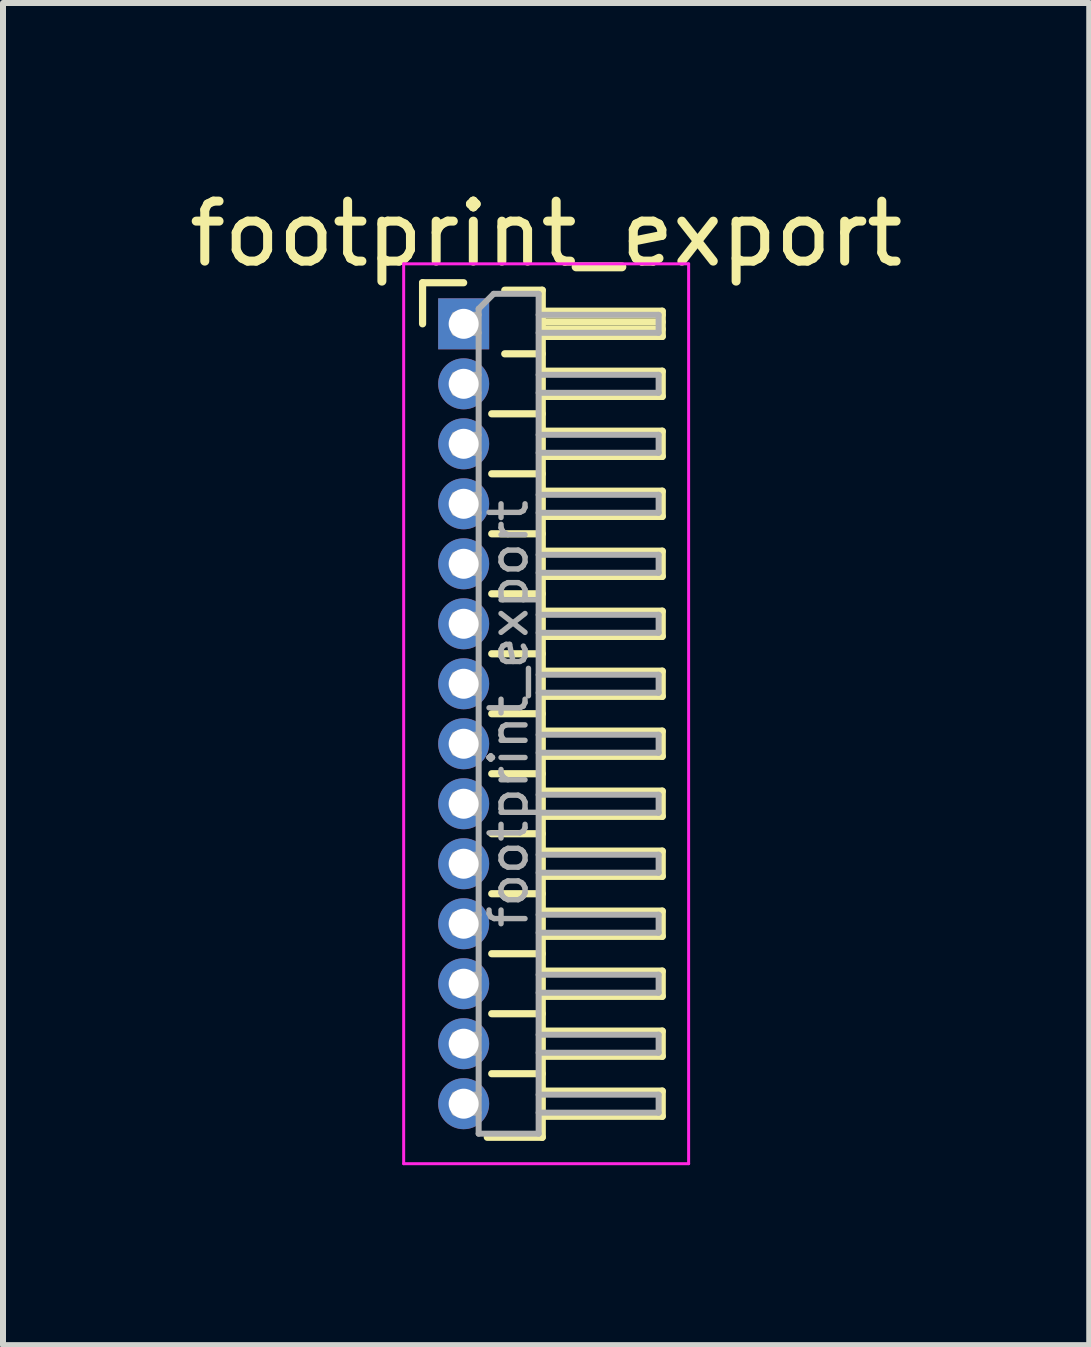
<source format=kicad_pcb>
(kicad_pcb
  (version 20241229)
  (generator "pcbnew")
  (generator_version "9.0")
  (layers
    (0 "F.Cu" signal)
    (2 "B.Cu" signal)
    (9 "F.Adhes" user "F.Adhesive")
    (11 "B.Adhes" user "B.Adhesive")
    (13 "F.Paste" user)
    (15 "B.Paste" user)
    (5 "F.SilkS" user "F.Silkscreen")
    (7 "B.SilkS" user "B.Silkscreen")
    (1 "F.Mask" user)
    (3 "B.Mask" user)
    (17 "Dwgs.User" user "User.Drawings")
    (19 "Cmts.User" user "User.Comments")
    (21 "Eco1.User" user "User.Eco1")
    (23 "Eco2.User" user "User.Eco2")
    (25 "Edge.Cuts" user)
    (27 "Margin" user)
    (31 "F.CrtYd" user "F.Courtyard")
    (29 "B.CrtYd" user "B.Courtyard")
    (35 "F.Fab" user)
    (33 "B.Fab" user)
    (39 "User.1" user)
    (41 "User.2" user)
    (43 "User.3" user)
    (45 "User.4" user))
  (footprint "footprint_export"
    (layer "F.Cu")
    (at 4.679 2.348)
    (property "Reference" "footprint_export" (at 1.375 -1.5 0) (layer "F.SilkS") (effects (font (size 1 1) (thickness 0.15))))
    (attr through_hole)
    (fp_line (start -0.685 -0.685) (end 0 -0.685) (stroke (width 0.12) (type solid)) (layer "F.SilkS"))
    (fp_line (start -0.685 0) (end -0.685 -0.685) (stroke (width 0.12) (type solid)) (layer "F.SilkS"))
    (fp_line (start 0.468 1.5) (end 1.31 1.5) (stroke (width 0.12) (type solid)) (layer "F.SilkS"))
    (fp_line (start 0.468 2.5) (end 1.31 2.5) (stroke (width 0.12) (type solid)) (layer "F.SilkS"))
    (fp_line (start 0.468 3.5) (end 1.31 3.5) (stroke (width 0.12) (type solid)) (layer "F.SilkS"))
    (fp_line (start 0.468 4.5) (end 1.31 4.5) (stroke (width 0.12) (type solid)) (layer "F.SilkS"))
    (fp_line (start 0.468 5.5) (end 1.31 5.5) (stroke (width 0.12) (type solid)) (layer "F.SilkS"))
    (fp_line (start 0.468 6.5) (end 1.31 6.5) (stroke (width 0.12) (type solid)) (layer "F.SilkS"))
    (fp_line (start 0.468 7.5) (end 1.31 7.5) (stroke (width 0.12) (type solid)) (layer "F.SilkS"))
    (fp_line (start 0.468 8.5) (end 1.31 8.5) (stroke (width 0.12) (type solid)) (layer "F.SilkS"))
    (fp_line (start 0.468 9.5) (end 1.31 9.5) (stroke (width 0.12) (type solid)) (layer "F.SilkS"))
    (fp_line (start 0.468 10.5) (end 1.31 10.5) (stroke (width 0.12) (type solid)) (layer "F.SilkS"))
    (fp_line (start 0.468 11.5) (end 1.31 11.5) (stroke (width 0.12) (type solid)) (layer "F.SilkS"))
    (fp_line (start 0.468 12.5) (end 1.31 12.5) (stroke (width 0.12) (type solid)) (layer "F.SilkS"))
    (fp_line (start 0.685 -0.56) (end 1.31 -0.56) (stroke (width 0.12) (type solid)) (layer "F.SilkS"))
    (fp_line (start 0.685 0.5) (end 1.31 0.5) (stroke (width 0.12) (type solid)) (layer "F.SilkS"))
    (fp_line (start 1.31 -0.56) (end 1.31 13.56) (stroke (width 0.12) (type solid)) (layer "F.SilkS"))
    (fp_line (start 1.31 -0.21) (end 3.31 -0.21) (stroke (width 0.12) (type solid)) (layer "F.SilkS"))
    (fp_line (start 1.31 -0.15) (end 3.31 -0.15) (stroke (width 0.12) (type solid)) (layer "F.SilkS"))
    (fp_line (start 1.31 -0.03) (end 3.31 -0.03) (stroke (width 0.12) (type solid)) (layer "F.SilkS"))
    (fp_line (start 1.31 0.09) (end 3.31 0.09) (stroke (width 0.12) (type solid)) (layer "F.SilkS"))
    (fp_line (start 1.31 0.79) (end 3.31 0.79) (stroke (width 0.12) (type solid)) (layer "F.SilkS"))
    (fp_line (start 1.31 1.79) (end 3.31 1.79) (stroke (width 0.12) (type solid)) (layer "F.SilkS"))
    (fp_line (start 1.31 2.79) (end 3.31 2.79) (stroke (width 0.12) (type solid)) (layer "F.SilkS"))
    (fp_line (start 1.31 3.79) (end 3.31 3.79) (stroke (width 0.12) (type solid)) (layer "F.SilkS"))
    (fp_line (start 1.31 4.79) (end 3.31 4.79) (stroke (width 0.12) (type solid)) (layer "F.SilkS"))
    (fp_line (start 1.31 5.79) (end 3.31 5.79) (stroke (width 0.12) (type solid)) (layer "F.SilkS"))
    (fp_line (start 1.31 6.79) (end 3.31 6.79) (stroke (width 0.12) (type solid)) (layer "F.SilkS"))
    (fp_line (start 1.31 7.79) (end 3.31 7.79) (stroke (width 0.12) (type solid)) (layer "F.SilkS"))
    (fp_line (start 1.31 8.79) (end 3.31 8.79) (stroke (width 0.12) (type solid)) (layer "F.SilkS"))
    (fp_line (start 1.31 9.79) (end 3.31 9.79) (stroke (width 0.12) (type solid)) (layer "F.SilkS"))
    (fp_line (start 1.31 10.79) (end 3.31 10.79) (stroke (width 0.12) (type solid)) (layer "F.SilkS"))
    (fp_line (start 1.31 11.79) (end 3.31 11.79) (stroke (width 0.12) (type solid)) (layer "F.SilkS"))
    (fp_line (start 1.31 12.79) (end 3.31 12.79) (stroke (width 0.12) (type solid)) (layer "F.SilkS"))
    (fp_line (start 1.31 13.56) (end 0.394 13.56) (stroke (width 0.12) (type solid)) (layer "F.SilkS"))
    (fp_line (start 3.31 -0.21) (end 3.31 0.21) (stroke (width 0.12) (type solid)) (layer "F.SilkS"))
    (fp_line (start 3.31 0.21) (end 1.31 0.21) (stroke (width 0.12) (type solid)) (layer "F.SilkS"))
    (fp_line (start 3.31 0.79) (end 3.31 1.21) (stroke (width 0.12) (type solid)) (layer "F.SilkS"))
    (fp_line (start 3.31 1.21) (end 1.31 1.21) (stroke (width 0.12) (type solid)) (layer "F.SilkS"))
    (fp_line (start 3.31 1.79) (end 3.31 2.21) (stroke (width 0.12) (type solid)) (layer "F.SilkS"))
    (fp_line (start 3.31 2.21) (end 1.31 2.21) (stroke (width 0.12) (type solid)) (layer "F.SilkS"))
    (fp_line (start 3.31 2.79) (end 3.31 3.21) (stroke (width 0.12) (type solid)) (layer "F.SilkS"))
    (fp_line (start 3.31 3.21) (end 1.31 3.21) (stroke (width 0.12) (type solid)) (layer "F.SilkS"))
    (fp_line (start 3.31 3.79) (end 3.31 4.21) (stroke (width 0.12) (type solid)) (layer "F.SilkS"))
    (fp_line (start 3.31 4.21) (end 1.31 4.21) (stroke (width 0.12) (type solid)) (layer "F.SilkS"))
    (fp_line (start 3.31 4.79) (end 3.31 5.21) (stroke (width 0.12) (type solid)) (layer "F.SilkS"))
    (fp_line (start 3.31 5.21) (end 1.31 5.21) (stroke (width 0.12) (type solid)) (layer "F.SilkS"))
    (fp_line (start 3.31 5.79) (end 3.31 6.21) (stroke (width 0.12) (type solid)) (layer "F.SilkS"))
    (fp_line (start 3.31 6.21) (end 1.31 6.21) (stroke (width 0.12) (type solid)) (layer "F.SilkS"))
    (fp_line (start 3.31 6.79) (end 3.31 7.21) (stroke (width 0.12) (type solid)) (layer "F.SilkS"))
    (fp_line (start 3.31 7.21) (end 1.31 7.21) (stroke (width 0.12) (type solid)) (layer "F.SilkS"))
    (fp_line (start 3.31 7.79) (end 3.31 8.21) (stroke (width 0.12) (type solid)) (layer "F.SilkS"))
    (fp_line (start 3.31 8.21) (end 1.31 8.21) (stroke (width 0.12) (type solid)) (layer "F.SilkS"))
    (fp_line (start 3.31 8.79) (end 3.31 9.21) (stroke (width 0.12) (type solid)) (layer "F.SilkS"))
    (fp_line (start 3.31 9.21) (end 1.31 9.21) (stroke (width 0.12) (type solid)) (layer "F.SilkS"))
    (fp_line (start 3.31 9.79) (end 3.31 10.21) (stroke (width 0.12) (type solid)) (layer "F.SilkS"))
    (fp_line (start 3.31 10.21) (end 1.31 10.21) (stroke (width 0.12) (type solid)) (layer "F.SilkS"))
    (fp_line (start 3.31 10.79) (end 3.31 11.21) (stroke (width 0.12) (type solid)) (layer "F.SilkS"))
    (fp_line (start 3.31 11.21) (end 1.31 11.21) (stroke (width 0.12) (type solid)) (layer "F.SilkS"))
    (fp_line (start 3.31 11.79) (end 3.31 12.21) (stroke (width 0.12) (type solid)) (layer "F.SilkS"))
    (fp_line (start 3.31 12.21) (end 1.31 12.21) (stroke (width 0.12) (type solid)) (layer "F.SilkS"))
    (fp_line (start 3.31 12.79) (end 3.31 13.21) (stroke (width 0.12) (type solid)) (layer "F.SilkS"))
    (fp_line (start 3.31 13.21) (end 1.31 13.21) (stroke (width 0.12) (type solid)) (layer "F.SilkS"))
    (fp_line (start -1 -1) (end -1 14) (stroke (width 0.05) (type solid)) (layer "F.CrtYd"))
    (fp_line (start -1 14) (end 3.75 14) (stroke (width 0.05) (type solid)) (layer "F.CrtYd"))
    (fp_line (start 3.75 -1) (end -1 -1) (stroke (width 0.05) (type solid)) (layer "F.CrtYd"))
    (fp_line (start 3.75 14) (end 3.75 -1) (stroke (width 0.05) (type solid)) (layer "F.CrtYd"))
    (fp_line (start -0.15 -0.15) (end -0.15 0.15) (stroke (width 0.1) (type solid)) (layer "F.Fab"))
    (fp_line (start -0.15 -0.15) (end 0.25 -0.15) (stroke (width 0.1) (type solid)) (layer "F.Fab"))
    (fp_line (start -0.15 0.15) (end 0.25 0.15) (stroke (width 0.1) (type solid)) (layer "F.Fab"))
    (fp_line (start -0.15 0.85) (end -0.15 1.15) (stroke (width 0.1) (type solid)) (layer "F.Fab"))
    (fp_line (start -0.15 0.85) (end 0.25 0.85) (stroke (width 0.1) (type solid)) (layer "F.Fab"))
    (fp_line (start -0.15 1.15) (end 0.25 1.15) (stroke (width 0.1) (type solid)) (layer "F.Fab"))
    (fp_line (start -0.15 1.85) (end -0.15 2.15) (stroke (width 0.1) (type solid)) (layer "F.Fab"))
    (fp_line (start -0.15 1.85) (end 0.25 1.85) (stroke (width 0.1) (type solid)) (layer "F.Fab"))
    (fp_line (start -0.15 2.15) (end 0.25 2.15) (stroke (width 0.1) (type solid)) (layer "F.Fab"))
    (fp_line (start -0.15 2.85) (end -0.15 3.15) (stroke (width 0.1) (type solid)) (layer "F.Fab"))
    (fp_line (start -0.15 2.85) (end 0.25 2.85) (stroke (width 0.1) (type solid)) (layer "F.Fab"))
    (fp_line (start -0.15 3.15) (end 0.25 3.15) (stroke (width 0.1) (type solid)) (layer "F.Fab"))
    (fp_line (start -0.15 3.85) (end -0.15 4.15) (stroke (width 0.1) (type solid)) (layer "F.Fab"))
    (fp_line (start -0.15 3.85) (end 0.25 3.85) (stroke (width 0.1) (type solid)) (layer "F.Fab"))
    (fp_line (start -0.15 4.15) (end 0.25 4.15) (stroke (width 0.1) (type solid)) (layer "F.Fab"))
    (fp_line (start -0.15 4.85) (end -0.15 5.15) (stroke (width 0.1) (type solid)) (layer "F.Fab"))
    (fp_line (start -0.15 4.85) (end 0.25 4.85) (stroke (width 0.1) (type solid)) (layer "F.Fab"))
    (fp_line (start -0.15 5.15) (end 0.25 5.15) (stroke (width 0.1) (type solid)) (layer "F.Fab"))
    (fp_line (start -0.15 5.85) (end -0.15 6.15) (stroke (width 0.1) (type solid)) (layer "F.Fab"))
    (fp_line (start -0.15 5.85) (end 0.25 5.85) (stroke (width 0.1) (type solid)) (layer "F.Fab"))
    (fp_line (start -0.15 6.15) (end 0.25 6.15) (stroke (width 0.1) (type solid)) (layer "F.Fab"))
    (fp_line (start -0.15 6.85) (end -0.15 7.15) (stroke (width 0.1) (type solid)) (layer "F.Fab"))
    (fp_line (start -0.15 6.85) (end 0.25 6.85) (stroke (width 0.1) (type solid)) (layer "F.Fab"))
    (fp_line (start -0.15 7.15) (end 0.25 7.15) (stroke (width 0.1) (type solid)) (layer "F.Fab"))
    (fp_line (start -0.15 7.85) (end -0.15 8.15) (stroke (width 0.1) (type solid)) (layer "F.Fab"))
    (fp_line (start -0.15 7.85) (end 0.25 7.85) (stroke (width 0.1) (type solid)) (layer "F.Fab"))
    (fp_line (start -0.15 8.15) (end 0.25 8.15) (stroke (width 0.1) (type solid)) (layer "F.Fab"))
    (fp_line (start -0.15 8.85) (end -0.15 9.15) (stroke (width 0.1) (type solid)) (layer "F.Fab"))
    (fp_line (start -0.15 8.85) (end 0.25 8.85) (stroke (width 0.1) (type solid)) (layer "F.Fab"))
    (fp_line (start -0.15 9.15) (end 0.25 9.15) (stroke (width 0.1) (type solid)) (layer "F.Fab"))
    (fp_line (start -0.15 9.85) (end -0.15 10.15) (stroke (width 0.1) (type solid)) (layer "F.Fab"))
    (fp_line (start -0.15 9.85) (end 0.25 9.85) (stroke (width 0.1) (type solid)) (layer "F.Fab"))
    (fp_line (start -0.15 10.15) (end 0.25 10.15) (stroke (width 0.1) (type solid)) (layer "F.Fab"))
    (fp_line (start -0.15 10.85) (end -0.15 11.15) (stroke (width 0.1) (type solid)) (layer "F.Fab"))
    (fp_line (start -0.15 10.85) (end 0.25 10.85) (stroke (width 0.1) (type solid)) (layer "F.Fab"))
    (fp_line (start -0.15 11.15) (end 0.25 11.15) (stroke (width 0.1) (type solid)) (layer "F.Fab"))
    (fp_line (start -0.15 11.85) (end -0.15 12.15) (stroke (width 0.1) (type solid)) (layer "F.Fab"))
    (fp_line (start -0.15 11.85) (end 0.25 11.85) (stroke (width 0.1) (type solid)) (layer "F.Fab"))
    (fp_line (start -0.15 12.15) (end 0.25 12.15) (stroke (width 0.1) (type solid)) (layer "F.Fab"))
    (fp_line (start -0.15 12.85) (end -0.15 13.15) (stroke (width 0.1) (type solid)) (layer "F.Fab"))
    (fp_line (start -0.15 12.85) (end 0.25 12.85) (stroke (width 0.1) (type solid)) (layer "F.Fab"))
    (fp_line (start -0.15 13.15) (end 0.25 13.15) (stroke (width 0.1) (type solid)) (layer "F.Fab"))
    (fp_line (start 0.25 -0.25) (end 0.5 -0.5) (stroke (width 0.1) (type solid)) (layer "F.Fab"))
    (fp_line (start 0.25 13.5) (end 0.25 -0.25) (stroke (width 0.1) (type solid)) (layer "F.Fab"))
    (fp_line (start 0.5 -0.5) (end 1.25 -0.5) (stroke (width 0.1) (type solid)) (layer "F.Fab"))
    (fp_line (start 1.25 -0.5) (end 1.25 13.5) (stroke (width 0.1) (type solid)) (layer "F.Fab"))
    (fp_line (start 1.25 -0.15) (end 3.25 -0.15) (stroke (width 0.1) (type solid)) (layer "F.Fab"))
    (fp_line (start 1.25 0.15) (end 3.25 0.15) (stroke (width 0.1) (type solid)) (layer "F.Fab"))
    (fp_line (start 1.25 0.85) (end 3.25 0.85) (stroke (width 0.1) (type solid)) (layer "F.Fab"))
    (fp_line (start 1.25 1.15) (end 3.25 1.15) (stroke (width 0.1) (type solid)) (layer "F.Fab"))
    (fp_line (start 1.25 1.85) (end 3.25 1.85) (stroke (width 0.1) (type solid)) (layer "F.Fab"))
    (fp_line (start 1.25 2.15) (end 3.25 2.15) (stroke (width 0.1) (type solid)) (layer "F.Fab"))
    (fp_line (start 1.25 2.85) (end 3.25 2.85) (stroke (width 0.1) (type solid)) (layer "F.Fab"))
    (fp_line (start 1.25 3.15) (end 3.25 3.15) (stroke (width 0.1) (type solid)) (layer "F.Fab"))
    (fp_line (start 1.25 3.85) (end 3.25 3.85) (stroke (width 0.1) (type solid)) (layer "F.Fab"))
    (fp_line (start 1.25 4.15) (end 3.25 4.15) (stroke (width 0.1) (type solid)) (layer "F.Fab"))
    (fp_line (start 1.25 4.85) (end 3.25 4.85) (stroke (width 0.1) (type solid)) (layer "F.Fab"))
    (fp_line (start 1.25 5.15) (end 3.25 5.15) (stroke (width 0.1) (type solid)) (layer "F.Fab"))
    (fp_line (start 1.25 5.85) (end 3.25 5.85) (stroke (width 0.1) (type solid)) (layer "F.Fab"))
    (fp_line (start 1.25 6.15) (end 3.25 6.15) (stroke (width 0.1) (type solid)) (layer "F.Fab"))
    (fp_line (start 1.25 6.85) (end 3.25 6.85) (stroke (width 0.1) (type solid)) (layer "F.Fab"))
    (fp_line (start 1.25 7.15) (end 3.25 7.15) (stroke (width 0.1) (type solid)) (layer "F.Fab"))
    (fp_line (start 1.25 7.85) (end 3.25 7.85) (stroke (width 0.1) (type solid)) (layer "F.Fab"))
    (fp_line (start 1.25 8.15) (end 3.25 8.15) (stroke (width 0.1) (type solid)) (layer "F.Fab"))
    (fp_line (start 1.25 8.85) (end 3.25 8.85) (stroke (width 0.1) (type solid)) (layer "F.Fab"))
    (fp_line (start 1.25 9.15) (end 3.25 9.15) (stroke (width 0.1) (type solid)) (layer "F.Fab"))
    (fp_line (start 1.25 9.85) (end 3.25 9.85) (stroke (width 0.1) (type solid)) (layer "F.Fab"))
    (fp_line (start 1.25 10.15) (end 3.25 10.15) (stroke (width 0.1) (type solid)) (layer "F.Fab"))
    (fp_line (start 1.25 10.85) (end 3.25 10.85) (stroke (width 0.1) (type solid)) (layer "F.Fab"))
    (fp_line (start 1.25 11.15) (end 3.25 11.15) (stroke (width 0.1) (type solid)) (layer "F.Fab"))
    (fp_line (start 1.25 11.85) (end 3.25 11.85) (stroke (width 0.1) (type solid)) (layer "F.Fab"))
    (fp_line (start 1.25 12.15) (end 3.25 12.15) (stroke (width 0.1) (type solid)) (layer "F.Fab"))
    (fp_line (start 1.25 12.85) (end 3.25 12.85) (stroke (width 0.1) (type solid)) (layer "F.Fab"))
    (fp_line (start 1.25 13.15) (end 3.25 13.15) (stroke (width 0.1) (type solid)) (layer "F.Fab"))
    (fp_line (start 1.25 13.5) (end 0.25 13.5) (stroke (width 0.1) (type solid)) (layer "F.Fab"))
    (fp_line (start 3.25 -0.15) (end 3.25 0.15) (stroke (width 0.1) (type solid)) (layer "F.Fab"))
    (fp_line (start 3.25 0.85) (end 3.25 1.15) (stroke (width 0.1) (type solid)) (layer "F.Fab"))
    (fp_line (start 3.25 1.85) (end 3.25 2.15) (stroke (width 0.1) (type solid)) (layer "F.Fab"))
    (fp_line (start 3.25 2.85) (end 3.25 3.15) (stroke (width 0.1) (type solid)) (layer "F.Fab"))
    (fp_line (start 3.25 3.85) (end 3.25 4.15) (stroke (width 0.1) (type solid)) (layer "F.Fab"))
    (fp_line (start 3.25 4.85) (end 3.25 5.15) (stroke (width 0.1) (type solid)) (layer "F.Fab"))
    (fp_line (start 3.25 5.85) (end 3.25 6.15) (stroke (width 0.1) (type solid)) (layer "F.Fab"))
    (fp_line (start 3.25 6.85) (end 3.25 7.15) (stroke (width 0.1) (type solid)) (layer "F.Fab"))
    (fp_line (start 3.25 7.85) (end 3.25 8.15) (stroke (width 0.1) (type solid)) (layer "F.Fab"))
    (fp_line (start 3.25 8.85) (end 3.25 9.15) (stroke (width 0.1) (type solid)) (layer "F.Fab"))
    (fp_line (start 3.25 9.85) (end 3.25 10.15) (stroke (width 0.1) (type solid)) (layer "F.Fab"))
    (fp_line (start 3.25 10.85) (end 3.25 11.15) (stroke (width 0.1) (type solid)) (layer "F.Fab"))
    (fp_line (start 3.25 11.85) (end 3.25 12.15) (stroke (width 0.1) (type solid)) (layer "F.Fab"))
    (fp_line (start 3.25 12.85) (end 3.25 13.15) (stroke (width 0.1) (type solid)) (layer "F.Fab"))
    (fp_text user "${REFERENCE}" (at 0.75 6.5 90) (layer "F.Fab") (effects (font (size 0.6 0.6) (thickness 0.09))))
    (pad "1" thru_hole rect (at 0 0) (size 0.85 0.85) (drill 0.5) (layers "*.Cu" "*.Mask"))
    (pad "2" thru_hole oval (at 0 1) (size 0.85 0.85) (drill 0.5) (layers "*.Cu" "*.Mask"))
    (pad "3" thru_hole oval (at 0 2) (size 0.85 0.85) (drill 0.5) (layers "*.Cu" "*.Mask"))
    (pad "4" thru_hole oval (at 0 3) (size 0.85 0.85) (drill 0.5) (layers "*.Cu" "*.Mask"))
    (pad "5" thru_hole oval (at 0 4) (size 0.85 0.85) (drill 0.5) (layers "*.Cu" "*.Mask"))
    (pad "6" thru_hole oval (at 0 5) (size 0.85 0.85) (drill 0.5) (layers "*.Cu" "*.Mask"))
    (pad "7" thru_hole oval (at 0 6) (size 0.85 0.85) (drill 0.5) (layers "*.Cu" "*.Mask"))
    (pad "8" thru_hole oval (at 0 7) (size 0.85 0.85) (drill 0.5) (layers "*.Cu" "*.Mask"))
    (pad "9" thru_hole oval (at 0 8) (size 0.85 0.85) (drill 0.5) (layers "*.Cu" "*.Mask"))
    (pad "10" thru_hole oval (at 0 9) (size 0.85 0.85) (drill 0.5) (layers "*.Cu" "*.Mask"))
    (pad "11" thru_hole oval (at 0 10) (size 0.85 0.85) (drill 0.5) (layers "*.Cu" "*.Mask"))
    (pad "12" thru_hole oval (at 0 11) (size 0.85 0.85) (drill 0.5) (layers "*.Cu" "*.Mask"))
    (pad "13" thru_hole oval (at 0 12) (size 0.85 0.85) (drill 0.5) (layers "*.Cu" "*.Mask"))
    (pad "14" thru_hole oval (at 0 13) (size 0.85 0.85) (drill 0.5) (layers "*.Cu" "*.Mask")))
  (gr_rect
    (start -3 -3)
    (end 15.107 19.373)
    (stroke (width 0.1) (type default))
    (fill no)
    (layer "Edge.Cuts")))
</source>
